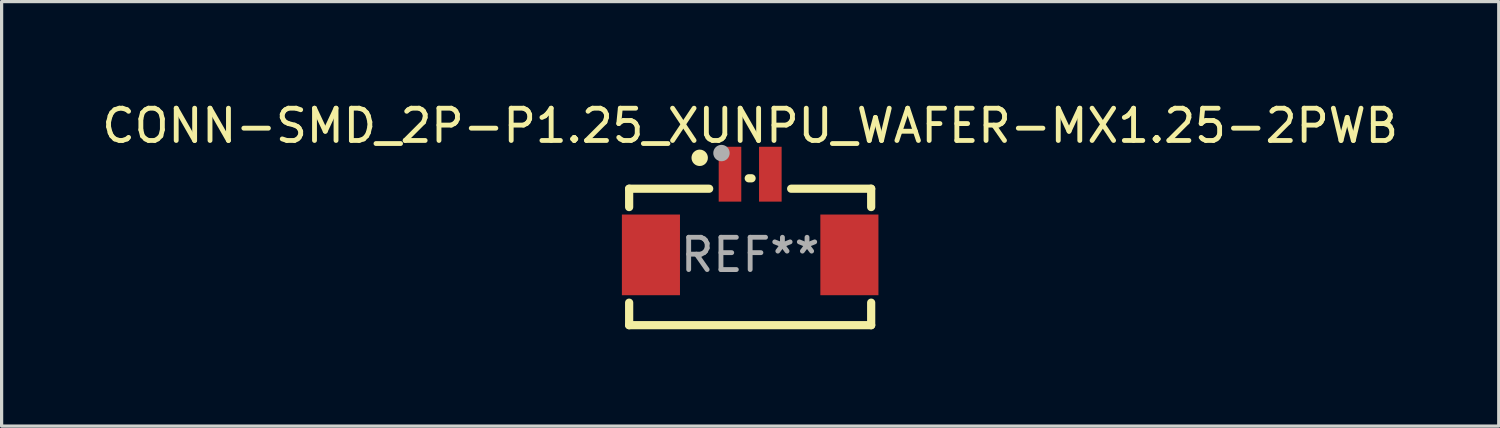
<source format=kicad_pcb>
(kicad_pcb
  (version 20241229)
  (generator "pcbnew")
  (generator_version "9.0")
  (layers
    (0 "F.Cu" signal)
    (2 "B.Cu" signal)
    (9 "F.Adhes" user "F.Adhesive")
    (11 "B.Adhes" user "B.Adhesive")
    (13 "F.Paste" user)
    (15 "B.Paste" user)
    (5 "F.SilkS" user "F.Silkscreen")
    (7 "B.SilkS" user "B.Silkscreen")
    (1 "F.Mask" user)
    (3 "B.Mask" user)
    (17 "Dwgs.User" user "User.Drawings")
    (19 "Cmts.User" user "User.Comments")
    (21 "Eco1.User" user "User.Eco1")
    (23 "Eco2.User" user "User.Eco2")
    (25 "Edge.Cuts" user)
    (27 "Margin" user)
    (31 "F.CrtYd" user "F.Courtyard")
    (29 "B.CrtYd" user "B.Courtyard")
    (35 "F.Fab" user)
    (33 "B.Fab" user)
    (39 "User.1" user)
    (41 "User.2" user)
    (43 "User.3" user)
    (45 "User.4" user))
  (footprint "CONN-SMD_2P-P1.25_XUNPU_WAFER-MX1.25-2PWB"
    (layer "F.Cu")
    (at 20.196 3.598)
    (property "Reference" "CONN-SMD_2P-P1.25_XUNPU_WAFER-MX1.25-2PWB" (at 0 -2.75 0) (layer "F.SilkS") (effects (font (size 1 1) (thickness 0.15))))
    (attr smd)
    (fp_line (start -3.75 -0.8) (end -3.75 -0.231) (stroke (width 0.254) (type solid)) (layer "F.SilkS"))
    (fp_line (start -3.75 -0.8) (end -1.27 -0.8) (stroke (width 0.254) (type solid)) (layer "F.SilkS"))
    (fp_line (start -3.75 2.731) (end -3.75 3.429) (stroke (width 0.254) (type solid)) (layer "F.SilkS"))
    (fp_line (start -0.044 -1.123) (end 0.044 -1.123) (stroke (width 0.254) (type solid)) (layer "F.SilkS"))
    (fp_line (start 1.27 -0.8) (end 3.75 -0.8) (stroke (width 0.254) (type solid)) (layer "F.SilkS"))
    (fp_line (start 3.75 -0.231) (end 3.75 -0.8) (stroke (width 0.254) (type solid)) (layer "F.SilkS"))
    (fp_line (start 3.75 2.731) (end 3.75 3.429) (stroke (width 0.254) (type solid)) (layer "F.SilkS"))
    (fp_line (start 3.75 3.429) (end -3.75 3.429) (stroke (width 0.254) (type solid)) (layer "F.SilkS"))
    (fp_circle (center -1.564 -1.758) (end -1.437 -1.758) (stroke (width 0.254) (type solid)) (fill no) (layer "F.SilkS"))
    (fp_circle (center -0.889 -1.905) (end -0.762 -1.905) (stroke (width 0.254) (type solid)) (fill no) (layer "F.Fab"))
    (fp_text user "REF**" (at 0 1.25 0) (layer "F.Fab") (effects (font (size 1 1) (thickness 0.15))))
    (pad "1" smd rect (at -0.625 -1.25) (size 0.7 1.7) (layers "F.Cu" "F.Mask" "F.Paste"))
    (pad "2" smd rect (at 0.625 -1.25) (size 0.7 1.7) (layers "F.Cu" "F.Mask" "F.Paste"))
    (pad "3" smd rect (at 3.075 1.25) (size 1.8 2.5) (layers "F.Cu" "F.Mask" "F.Paste"))
    (pad "4" smd rect (at -3.075 1.25) (size 1.8 2.5) (layers "F.Cu" "F.Mask" "F.Paste")))
  (gr_rect
    (start -3 -3)
    (end 43.393 10.154)
    (stroke (width 0.1) (type default))
    (fill no)
    (layer "Edge.Cuts")))
</source>
